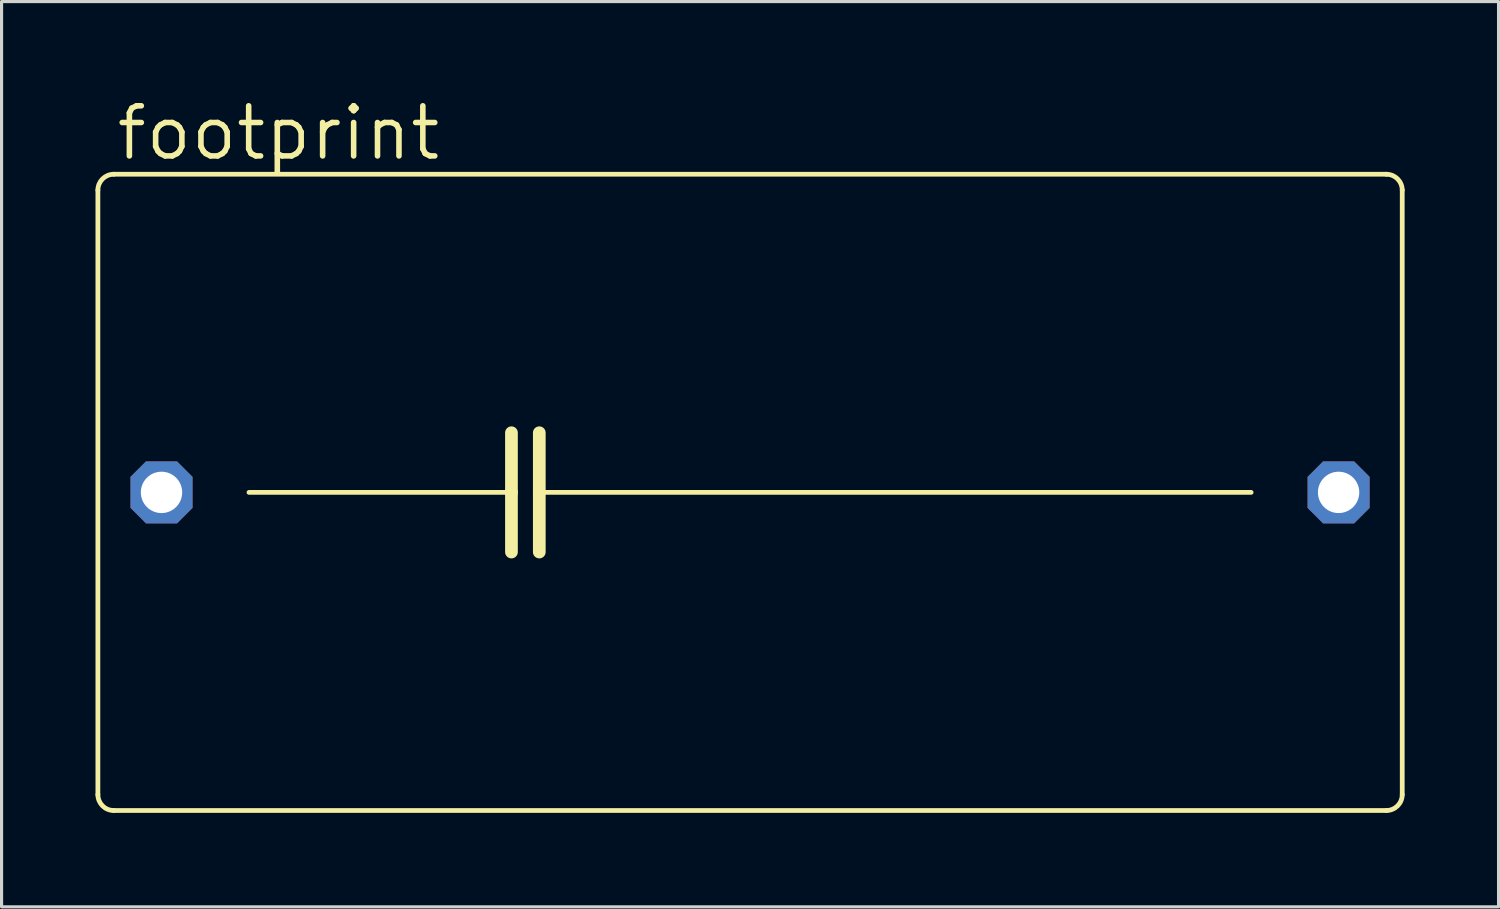
<source format=kicad_pcb>
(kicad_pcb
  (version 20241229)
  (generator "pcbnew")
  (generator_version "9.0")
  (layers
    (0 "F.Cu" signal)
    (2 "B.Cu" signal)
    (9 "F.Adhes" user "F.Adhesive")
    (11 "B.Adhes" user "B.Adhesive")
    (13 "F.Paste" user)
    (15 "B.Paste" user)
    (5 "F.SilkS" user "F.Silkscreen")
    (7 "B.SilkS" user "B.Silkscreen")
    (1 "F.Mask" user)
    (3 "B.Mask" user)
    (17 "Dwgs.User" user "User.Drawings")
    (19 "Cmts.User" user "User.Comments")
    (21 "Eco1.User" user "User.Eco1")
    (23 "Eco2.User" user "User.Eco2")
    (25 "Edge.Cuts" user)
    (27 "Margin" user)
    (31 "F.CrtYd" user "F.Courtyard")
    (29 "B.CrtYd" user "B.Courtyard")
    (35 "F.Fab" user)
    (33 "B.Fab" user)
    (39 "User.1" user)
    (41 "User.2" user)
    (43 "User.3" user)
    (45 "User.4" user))
  (footprint "footprint"
    (layer "F.Cu")
    (at 20.904 12.675)
    (property "Reference" "footprint" (at -20.32 -10.541 0) (layer "F.SilkS") (effects (font (size 1.6 1.6) (thickness 0.178)) (justify left bottom)))
    (fp_line (start -20.828 9.652) (end -20.828 -9.652) (stroke (width 0.152) (type solid)) (layer "F.SilkS"))
    (fp_line (start -20.32 -10.16) (end 20.32 -10.16) (stroke (width 0.152) (type solid)) (layer "F.SilkS"))
    (fp_line (start -16.002 0) (end -7.62 0) (stroke (width 0.152) (type solid)) (layer "F.SilkS"))
    (fp_line (start -7.62 -1.905) (end -7.62 0) (stroke (width 0.406) (type solid)) (layer "F.SilkS"))
    (fp_line (start -7.62 0) (end -7.62 1.905) (stroke (width 0.406) (type solid)) (layer "F.SilkS"))
    (fp_line (start -6.731 -1.905) (end -6.731 0) (stroke (width 0.406) (type solid)) (layer "F.SilkS"))
    (fp_line (start -6.731 0) (end -6.731 1.905) (stroke (width 0.406) (type solid)) (layer "F.SilkS"))
    (fp_line (start -6.731 0) (end 16.002 0) (stroke (width 0.152) (type solid)) (layer "F.SilkS"))
    (fp_line (start 20.32 10.16) (end -20.32 10.16) (stroke (width 0.152) (type solid)) (layer "F.SilkS"))
    (fp_line (start 20.828 -9.652) (end 20.828 9.652) (stroke (width 0.152) (type solid)) (layer "F.SilkS"))
    (fp_arc (start -20.828 -9.652) (mid -20.67921 -10.01121) (end -20.32 -10.16) (stroke (width 0.1524) (type solid)) (layer "F.SilkS"))
    (fp_arc (start -20.32 10.16) (mid -20.67921 10.01121) (end -20.828 9.652) (stroke (width 0.1524) (type solid)) (layer "F.SilkS"))
    (fp_arc (start 20.32 -10.16) (mid 20.67921 -10.01121) (end 20.828 -9.652) (stroke (width 0.1524) (type solid)) (layer "F.SilkS"))
    (fp_arc (start 20.828 9.652) (mid 20.67921 10.01121) (end 20.32 10.16) (stroke (width 0.1524) (type solid)) (layer "F.SilkS"))
    (pad "1" thru_hole roundrect (at -18.796 0) (size 1.981 1.981) (drill 1.321) (layers "*.Cu" "*.Mask") (roundrect_rratio 0.25) (chamfer_ratio 0.25) (chamfer top_left top_right bottom_left bottom_right))
    (pad "2" thru_hole roundrect (at 18.796 0) (size 1.981 1.981) (drill 1.321) (layers "*.Cu" "*.Mask") (roundrect_rratio 0.25) (chamfer_ratio 0.25) (chamfer top_left top_right bottom_left bottom_right)))
  (gr_rect
    (start -3 -3)
    (end 44.808 25.911)
    (stroke (width 0.1) (type default))
    (fill no)
    (layer "Edge.Cuts")))
</source>
